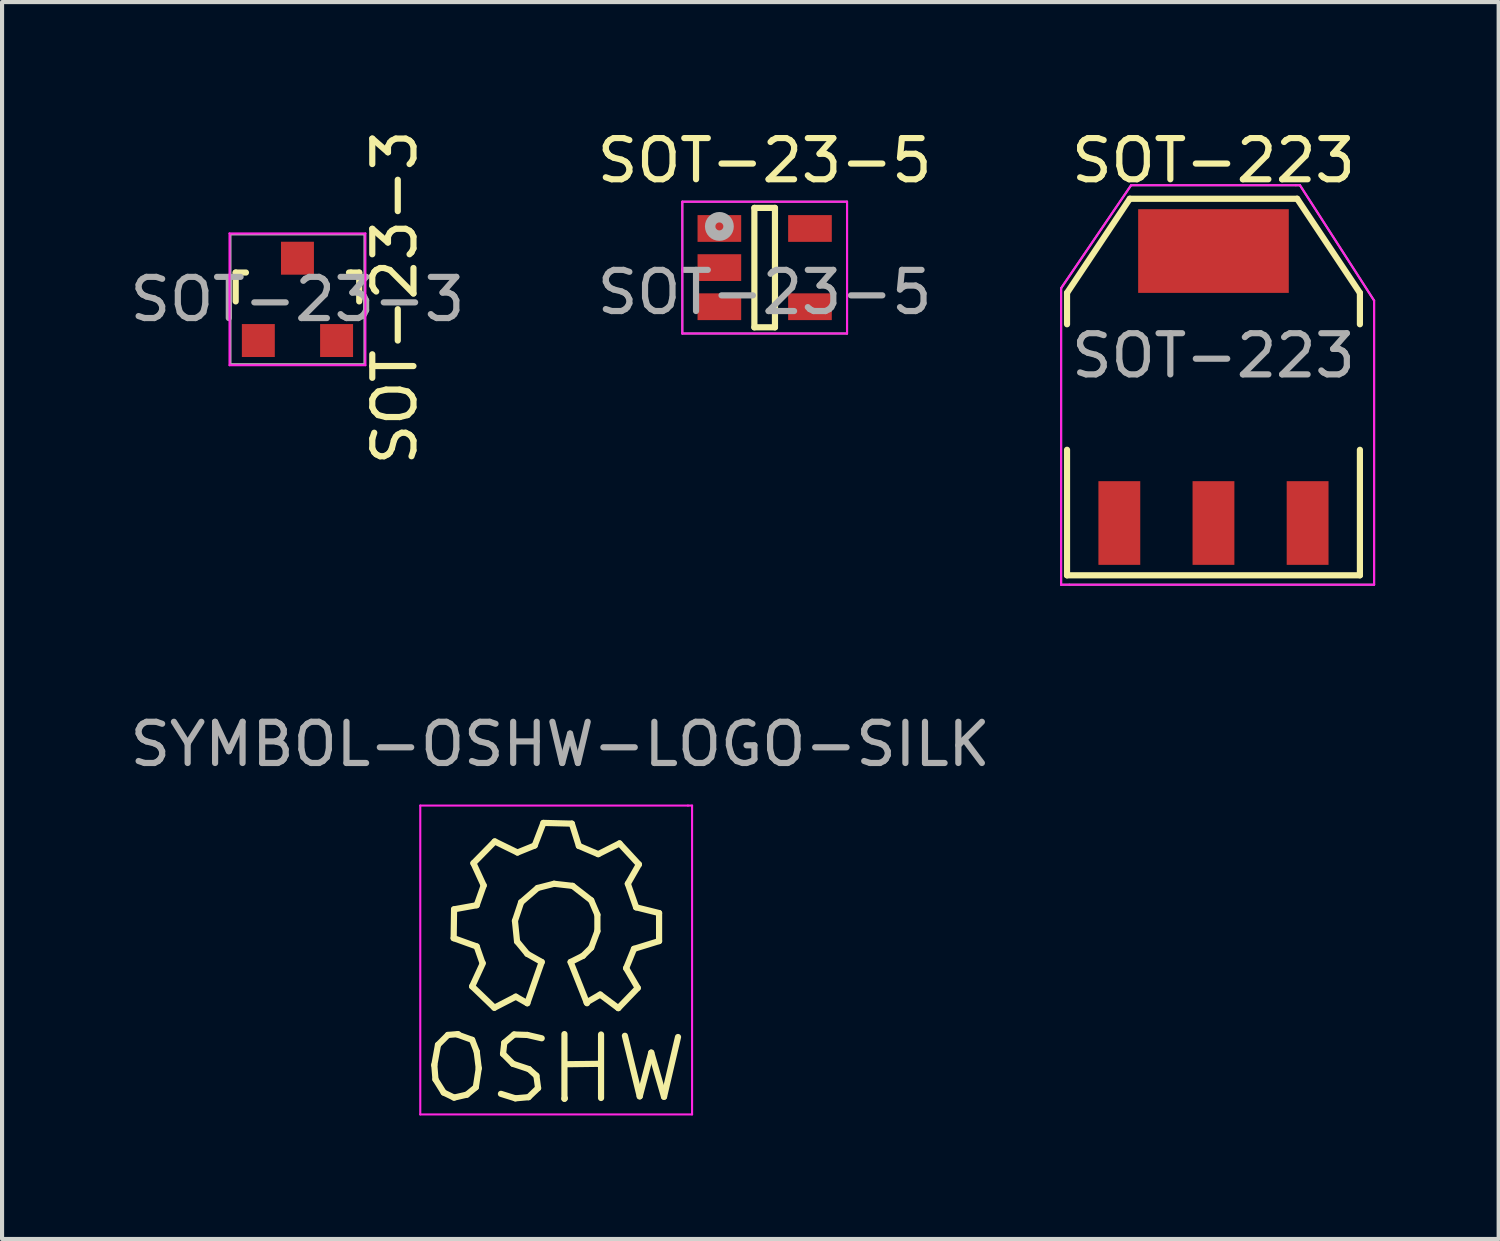
<source format=kicad_pcb>
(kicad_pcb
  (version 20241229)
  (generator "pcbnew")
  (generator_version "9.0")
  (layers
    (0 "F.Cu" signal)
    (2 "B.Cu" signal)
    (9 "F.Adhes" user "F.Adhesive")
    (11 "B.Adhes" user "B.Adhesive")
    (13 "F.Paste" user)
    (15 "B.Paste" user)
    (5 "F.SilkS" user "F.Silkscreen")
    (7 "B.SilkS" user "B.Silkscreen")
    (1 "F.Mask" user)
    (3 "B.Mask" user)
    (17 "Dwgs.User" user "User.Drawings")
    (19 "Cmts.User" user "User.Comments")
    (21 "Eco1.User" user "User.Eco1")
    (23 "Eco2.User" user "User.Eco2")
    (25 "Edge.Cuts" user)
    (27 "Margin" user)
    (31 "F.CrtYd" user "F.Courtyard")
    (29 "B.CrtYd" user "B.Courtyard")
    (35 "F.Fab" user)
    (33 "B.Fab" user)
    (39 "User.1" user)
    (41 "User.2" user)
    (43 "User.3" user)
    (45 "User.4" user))
  (footprint "SOT-23-5"
    (layer "F.Cu")
    (at 15.518 3.448)
    (property "Reference" "SOT-23-5" (at 0 0.6 0) (layer "F.Fab") (effects (font (size 1 1) (thickness 0.15))))
    (attr smd)
    (fp_line (start -0.25 -1.45) (end -0.25 1.45) (stroke (width 0.15) (type solid)) (layer "F.SilkS"))
    (fp_line (start -0.25 1.45) (end 0.25 1.45) (stroke (width 0.15) (type solid)) (layer "F.SilkS"))
    (fp_line (start 0.25 -1.45) (end -0.25 -1.45) (stroke (width 0.15) (type solid)) (layer "F.SilkS"))
    (fp_line (start 0.25 1.45) (end 0.25 -1.45) (stroke (width 0.15) (type solid)) (layer "F.SilkS"))
    (fp_line (start -2 -1.6) (end 2 -1.6) (stroke (width 0.05) (type solid)) (layer "F.CrtYd"))
    (fp_line (start -2 1.6) (end -2 -1.6) (stroke (width 0.05) (type solid)) (layer "F.CrtYd"))
    (fp_line (start 2 -1.6) (end 2 1.6) (stroke (width 0.05) (type solid)) (layer "F.CrtYd"))
    (fp_line (start 2 1.6) (end -2 1.6) (stroke (width 0.05) (type solid)) (layer "F.CrtYd"))
    (fp_line (start -2 -1.6) (end 2 -1.6) (stroke (width 0.051) (type solid)) (layer "F.Fab"))
    (fp_line (start -2 1.6) (end -2 -1.6) (stroke (width 0.051) (type solid)) (layer "F.Fab"))
    (fp_line (start 2 -1.6) (end 2 1.6) (stroke (width 0.051) (type solid)) (layer "F.Fab"))
    (fp_line (start 2 1.6) (end -2 1.6) (stroke (width 0.051) (type solid)) (layer "F.Fab"))
    (fp_circle (center -1.1 -1) (end -1 -0.8) (stroke (width 0.254) (type solid)) (fill no) (layer "F.Fab"))
    (fp_text user "${REFERENCE}" (at 0 -2.6 0) (layer "F.SilkS") (effects (font (size 1 1) (thickness 0.15))))
    (pad "1" smd rect (at -1.1 -0.95) (size 1.06 0.65) (layers "F.Cu" "F.Mask" "F.Paste"))
    (pad "2" smd rect (at -1.1 0) (size 1.06 0.65) (layers "F.Cu" "F.Mask" "F.Paste"))
    (pad "3" smd rect (at -1.1 0.95) (size 1.06 0.65) (layers "F.Cu" "F.Mask" "F.Paste"))
    (pad "4" smd rect (at 1.1 0.95) (size 1.06 0.65) (layers "F.Cu" "F.Mask" "F.Paste"))
    (pad "5" smd rect (at 1.1 -0.95) (size 1.06 0.65) (layers "F.Cu" "F.Mask" "F.Paste")))
  (footprint "SOT-23-3"
    (layer "F.Cu")
    (at 4.173 4.218)
    (property "Reference" "SOT-23-3" (at 0 0 180) (layer "F.Fab") (effects (font (size 1 1) (thickness 0.15))))
    (attr smd)
    (fp_line (start -1.5 -0.65) (end -1.251 -0.65) (stroke (width 0.15) (type solid)) (layer "F.SilkS"))
    (fp_line (start -1.5 0.051) (end -1.5 -0.65) (stroke (width 0.15) (type solid)) (layer "F.SilkS"))
    (fp_line (start 1.299 -0.65) (end 1.251 -0.65) (stroke (width 0.15) (type solid)) (layer "F.SilkS"))
    (fp_line (start 1.299 -0.65) (end 1.5 -0.65) (stroke (width 0.15) (type solid)) (layer "F.SilkS"))
    (fp_line (start 1.5 -0.65) (end 1.5 0.051) (stroke (width 0.15) (type solid)) (layer "F.SilkS"))
    (fp_line (start -1.65 -1.6) (end 1.65 -1.6) (stroke (width 0.05) (type solid)) (layer "F.CrtYd"))
    (fp_line (start -1.65 1.6) (end -1.65 -1.6) (stroke (width 0.05) (type solid)) (layer "F.CrtYd"))
    (fp_line (start 1.65 -1.6) (end 1.65 1.6) (stroke (width 0.05) (type solid)) (layer "F.CrtYd"))
    (fp_line (start 1.65 1.6) (end -1.65 1.6) (stroke (width 0.05) (type solid)) (layer "F.CrtYd"))
    (fp_line (start -1.626 -1.575) (end -1.626 1.575) (stroke (width 0.05) (type solid)) (layer "F.Fab"))
    (fp_line (start -1.626 1.575) (end 1.626 1.575) (stroke (width 0.05) (type solid)) (layer "F.Fab"))
    (fp_line (start 1.626 -1.575) (end -1.626 -1.575) (stroke (width 0.05) (type solid)) (layer "F.Fab"))
    (fp_line (start 1.626 1.575) (end 1.626 -1.575) (stroke (width 0.05) (type solid)) (layer "F.Fab"))
    (fp_text user "${REFERENCE}" (at 2.362 -0.046 90) (layer "F.SilkS") (effects (font (size 1 1) (thickness 0.15))))
    (pad "1" smd rect (at -0.95 1.001) (size 0.8 0.8) (layers "F.Cu" "F.Mask" "F.Paste"))
    (pad "2" smd rect (at 0.95 1.001) (size 0.8 0.8) (layers "F.Cu" "F.Mask" "F.Paste"))
    (pad "3" smd rect (at 0 -0.998) (size 0.8 0.8) (layers "F.Cu" "F.Mask" "F.Paste")))
  (footprint "SOT-223"
    (layer "F.Cu")
    (at 26.416 6.348)
    (property "Reference" "SOT-223" (at 0 -0.762 0) (layer "F.Fab") (effects (font (size 1 1) (thickness 0.15))))
    (attr smd)
    (fp_line (start -3.556 -2.286) (end -2.032 -4.572) (stroke (width 0.15) (type solid)) (layer "F.SilkS"))
    (fp_line (start -3.556 -1.524) (end -3.556 -2.286) (stroke (width 0.15) (type solid)) (layer "F.SilkS"))
    (fp_line (start -3.556 1.524) (end -3.556 4.572) (stroke (width 0.15) (type solid)) (layer "F.SilkS"))
    (fp_line (start -3.556 4.572) (end 3.556 4.572) (stroke (width 0.15) (type solid)) (layer "F.SilkS"))
    (fp_line (start -2.032 -4.572) (end 2.032 -4.572) (stroke (width 0.15) (type solid)) (layer "F.SilkS"))
    (fp_line (start 2.032 -4.572) (end 3.556 -2.286) (stroke (width 0.15) (type solid)) (layer "F.SilkS"))
    (fp_line (start 3.556 -2.286) (end 3.556 -1.524) (stroke (width 0.15) (type solid)) (layer "F.SilkS"))
    (fp_line (start 3.556 4.572) (end 3.556 1.524) (stroke (width 0.15) (type solid)) (layer "F.SilkS"))
    (fp_line (start -3.7 -2.4) (end -3.7 4.8) (stroke (width 0.051) (type solid)) (layer "F.CrtYd"))
    (fp_line (start -3.7 4.8) (end 3.9 4.8) (stroke (width 0.051) (type solid)) (layer "F.CrtYd"))
    (fp_line (start -2 -4.9) (end -3.7 -2.4) (stroke (width 0.051) (type solid)) (layer "F.CrtYd"))
    (fp_line (start 2.1 -4.9) (end -2 -4.9) (stroke (width 0.051) (type solid)) (layer "F.CrtYd"))
    (fp_line (start 3.9 -2.1) (end 2.1 -4.9) (stroke (width 0.051) (type solid)) (layer "F.CrtYd"))
    (fp_line (start 3.9 4.8) (end 3.9 -2.1) (stroke (width 0.051) (type solid)) (layer "F.CrtYd"))
    (fp_line (start -3.7 -2.4) (end -2 -4.9) (stroke (width 0.051) (type solid)) (layer "F.Fab"))
    (fp_line (start -3.7 4.8) (end -3.7 -2.4) (stroke (width 0.051) (type solid)) (layer "F.Fab"))
    (fp_line (start -3.5 4.8) (end -3.7 4.8) (stroke (width 0.051) (type solid)) (layer "F.Fab"))
    (fp_line (start -2 -4.9) (end 2 -4.9) (stroke (width 0.051) (type solid)) (layer "F.Fab"))
    (fp_line (start 2 -4.9) (end 2.1 -4.9) (stroke (width 0.051) (type solid)) (layer "F.Fab"))
    (fp_line (start 2.1 -4.9) (end 3.9 -2.1) (stroke (width 0.051) (type solid)) (layer "F.Fab"))
    (fp_line (start 3.9 -2.1) (end 3.9 4.8) (stroke (width 0.051) (type solid)) (layer "F.Fab"))
    (fp_line (start 3.9 4.8) (end -3.5 4.8) (stroke (width 0.051) (type solid)) (layer "F.Fab"))
    (fp_text user "${REFERENCE}" (at 0 -5.5 0) (layer "F.SilkS") (effects (font (size 1 1) (thickness 0.15))))
    (pad "1" smd rect (at -2.286 3.302) (size 1.016 2.032) (layers "F.Cu" "F.Mask" "F.Paste"))
    (pad "2" smd rect (at 0 3.302) (size 1.016 2.032) (layers "F.Cu" "F.Mask" "F.Paste"))
    (pad "3" smd rect (at 2.286 3.302) (size 1.016 2.032) (layers "F.Cu" "F.Mask" "F.Paste"))
    (pad "4" smd rect (at 0 -3.302) (size 3.658 2.032) (layers "F.Cu" "F.Mask" "F.Paste")))
  (footprint "SYMBOL-OSHW-LOGO-SILK"
    (layer "F.Cu")
    (at 10.455 19.411)
    (property "Reference" "SYMBOL-OSHW-LOGO-SILK" (at 0.099 -4.389 0) (layer "F.Fab") (effects (font (size 1 1) (thickness 0.15))))
    (attr through_hole)
    (fp_line (start -2.959 3.401) (end -2.931 3.749) (stroke (width 0.15) (type solid)) (layer "F.SilkS"))
    (fp_line (start -2.931 3.749) (end -2.731 4.069) (stroke (width 0.15) (type solid)) (layer "F.SilkS"))
    (fp_line (start -2.87 2.911) (end -2.959 3.401) (stroke (width 0.15) (type solid)) (layer "F.SilkS"))
    (fp_line (start -2.731 4.069) (end -2.479 4.191) (stroke (width 0.15) (type solid)) (layer "F.SilkS"))
    (fp_line (start -2.629 2.67) (end -2.87 2.911) (stroke (width 0.15) (type solid)) (layer "F.SilkS"))
    (fp_line (start -2.489 0.32) (end -1.93 0.521) (stroke (width 0.15) (type solid)) (layer "F.SilkS"))
    (fp_line (start -2.479 -0.381) (end -2.489 0.32) (stroke (width 0.15) (type solid)) (layer "F.SilkS"))
    (fp_line (start -2.479 4.191) (end -2.169 4.12) (stroke (width 0.15) (type solid)) (layer "F.SilkS"))
    (fp_line (start -2.38 2.649) (end -2.629 2.67) (stroke (width 0.15) (type solid)) (layer "F.SilkS"))
    (fp_line (start -2.169 4.12) (end -1.951 3.94) (stroke (width 0.15) (type solid)) (layer "F.SilkS"))
    (fp_line (start -2.04 1.491) (end -1.501 2.009) (stroke (width 0.15) (type solid)) (layer "F.SilkS"))
    (fp_line (start -2.04 2.789) (end -2.4 2.659) (stroke (width 0.15) (type solid)) (layer "F.SilkS"))
    (fp_line (start -2.009 -1.501) (end -1.76 -0.96) (stroke (width 0.15) (type solid)) (layer "F.SilkS"))
    (fp_line (start -1.951 3.94) (end -1.88 3.48) (stroke (width 0.15) (type solid)) (layer "F.SilkS"))
    (fp_line (start -1.93 -0.48) (end -2.479 -0.381) (stroke (width 0.15) (type solid)) (layer "F.SilkS"))
    (fp_line (start -1.93 0.521) (end -1.791 0.919) (stroke (width 0.15) (type solid)) (layer "F.SilkS"))
    (fp_line (start -1.93 3.071) (end -2.04 2.789) (stroke (width 0.15) (type solid)) (layer "F.SilkS"))
    (fp_line (start -1.88 3.48) (end -1.93 3.071) (stroke (width 0.15) (type solid)) (layer "F.SilkS"))
    (fp_line (start -1.781 0.93) (end -2.04 1.491) (stroke (width 0.15) (type solid)) (layer "F.SilkS"))
    (fp_line (start -1.76 -0.96) (end -1.93 -0.48) (stroke (width 0.15) (type solid)) (layer "F.SilkS"))
    (fp_line (start -1.501 2.009) (end -0.98 1.74) (stroke (width 0.15) (type solid)) (layer "F.SilkS"))
    (fp_line (start -1.491 -2.029) (end -2.009 -1.501) (stroke (width 0.15) (type solid)) (layer "F.SilkS"))
    (fp_line (start -1.29 3.129) (end -1.049 3.371) (stroke (width 0.15) (type solid)) (layer "F.SilkS"))
    (fp_line (start -1.26 2.86) (end -1.29 3.129) (stroke (width 0.15) (type solid)) (layer "F.SilkS"))
    (fp_line (start -1.049 3.371) (end -0.66 3.5) (stroke (width 0.15) (type solid)) (layer "F.SilkS"))
    (fp_line (start -1.021 2.659) (end -1.26 2.86) (stroke (width 0.15) (type solid)) (layer "F.SilkS"))
    (fp_line (start -1.001 -0.099) (end -0.95 0.399) (stroke (width 0.15) (type solid)) (layer "F.SilkS"))
    (fp_line (start -0.991 4.209) (end -1.341 4.1) (stroke (width 0.15) (type solid)) (layer "F.SilkS"))
    (fp_line (start -0.98 1.74) (end -0.701 1.9) (stroke (width 0.15) (type solid)) (layer "F.SilkS"))
    (fp_line (start -0.95 0.399) (end -0.701 0.701) (stroke (width 0.15) (type solid)) (layer "F.SilkS"))
    (fp_line (start -0.94 -1.76) (end -1.491 -2.029) (stroke (width 0.15) (type solid)) (layer "F.SilkS"))
    (fp_line (start -0.851 -0.551) (end -1.001 -0.099) (stroke (width 0.15) (type solid)) (layer "F.SilkS"))
    (fp_line (start -0.701 0.701) (end -0.351 0.899) (stroke (width 0.15) (type solid)) (layer "F.SilkS"))
    (fp_line (start -0.701 2.67) (end -1.021 2.659) (stroke (width 0.15) (type solid)) (layer "F.SilkS"))
    (fp_line (start -0.671 4.181) (end -0.991 4.209) (stroke (width 0.15) (type solid)) (layer "F.SilkS"))
    (fp_line (start -0.66 3.5) (end -0.48 3.66) (stroke (width 0.15) (type solid)) (layer "F.SilkS"))
    (fp_line (start -0.521 -1.93) (end -0.94 -1.76) (stroke (width 0.15) (type solid)) (layer "F.SilkS"))
    (fp_line (start -0.48 3.66) (end -0.439 3.96) (stroke (width 0.15) (type solid)) (layer "F.SilkS"))
    (fp_line (start -0.45 -0.899) (end -0.851 -0.551) (stroke (width 0.15) (type solid)) (layer "F.SilkS"))
    (fp_line (start -0.439 3.96) (end -0.671 4.181) (stroke (width 0.15) (type solid)) (layer "F.SilkS"))
    (fp_line (start -0.351 0.899) (end -0.701 1.9) (stroke (width 0.15) (type solid)) (layer "F.SilkS"))
    (fp_line (start -0.351 2.751) (end -0.701 2.67) (stroke (width 0.15) (type solid)) (layer "F.SilkS"))
    (fp_line (start -0.31 -2.479) (end -0.521 -1.93) (stroke (width 0.15) (type solid)) (layer "F.SilkS"))
    (fp_line (start -0.051 -1.001) (end -0.45 -0.899) (stroke (width 0.15) (type solid)) (layer "F.SilkS"))
    (fp_line (start 0.201 2.649) (end 0.201 4.219) (stroke (width 0.15) (type solid)) (layer "F.SilkS"))
    (fp_line (start 0.201 4.219) (end 0.211 4.209) (stroke (width 0.15) (type solid)) (layer "F.SilkS"))
    (fp_line (start 0.249 3.381) (end 1.039 3.371) (stroke (width 0.15) (type solid)) (layer "F.SilkS"))
    (fp_line (start 0.351 0.899) (end 0.65 0.749) (stroke (width 0.15) (type solid)) (layer "F.SilkS"))
    (fp_line (start 0.351 0.899) (end 0.749 1.9) (stroke (width 0.15) (type solid)) (layer "F.SilkS"))
    (fp_line (start 0.381 -2.461) (end -0.31 -2.479) (stroke (width 0.15) (type solid)) (layer "F.SilkS"))
    (fp_line (start 0.399 -0.95) (end -0.051 -1.001) (stroke (width 0.15) (type solid)) (layer "F.SilkS"))
    (fp_line (start 0.551 -1.92) (end 0.381 -2.461) (stroke (width 0.15) (type solid)) (layer "F.SilkS"))
    (fp_line (start 0.65 0.749) (end 0.851 0.551) (stroke (width 0.15) (type solid)) (layer "F.SilkS"))
    (fp_line (start 0.739 1.88) (end 1.069 1.689) (stroke (width 0.15) (type solid)) (layer "F.SilkS"))
    (fp_line (start 0.851 -0.599) (end 0.399 -0.95) (stroke (width 0.15) (type solid)) (layer "F.SilkS"))
    (fp_line (start 0.851 0.551) (end 1.001 0.15) (stroke (width 0.15) (type solid)) (layer "F.SilkS"))
    (fp_line (start 1.001 -0.249) (end 0.851 -0.599) (stroke (width 0.15) (type solid)) (layer "F.SilkS"))
    (fp_line (start 1.001 0.15) (end 1.001 -0.249) (stroke (width 0.15) (type solid)) (layer "F.SilkS"))
    (fp_line (start 1.021 -1.72) (end 0.551 -1.92) (stroke (width 0.15) (type solid)) (layer "F.SilkS"))
    (fp_line (start 1.039 3.371) (end 1.049 3.381) (stroke (width 0.15) (type solid)) (layer "F.SilkS"))
    (fp_line (start 1.049 3.381) (end 1.049 3.371) (stroke (width 0.15) (type solid)) (layer "F.SilkS"))
    (fp_line (start 1.069 1.689) (end 1.509 2.019) (stroke (width 0.15) (type solid)) (layer "F.SilkS"))
    (fp_line (start 1.09 2.659) (end 1.09 4.201) (stroke (width 0.15) (type solid)) (layer "F.SilkS"))
    (fp_line (start 1.509 2.019) (end 1.981 1.529) (stroke (width 0.15) (type solid)) (layer "F.SilkS"))
    (fp_line (start 1.539 -1.981) (end 1.021 -1.72) (stroke (width 0.15) (type solid)) (layer "F.SilkS"))
    (fp_line (start 1.669 2.69) (end 2.029 4.161) (stroke (width 0.15) (type solid)) (layer "F.SilkS"))
    (fp_line (start 1.699 1.049) (end 1.89 0.579) (stroke (width 0.15) (type solid)) (layer "F.SilkS"))
    (fp_line (start 1.74 -1.001) (end 2.009 -1.471) (stroke (width 0.15) (type solid)) (layer "F.SilkS"))
    (fp_line (start 1.89 0.579) (end 2.499 0.391) (stroke (width 0.15) (type solid)) (layer "F.SilkS"))
    (fp_line (start 1.941 -0.429) (end 1.74 -1.001) (stroke (width 0.15) (type solid)) (layer "F.SilkS"))
    (fp_line (start 1.981 1.529) (end 1.699 1.049) (stroke (width 0.15) (type solid)) (layer "F.SilkS"))
    (fp_line (start 2.009 -1.471) (end 1.539 -1.981) (stroke (width 0.15) (type solid)) (layer "F.SilkS"))
    (fp_line (start 2.029 4.161) (end 2.309 3.099) (stroke (width 0.15) (type solid)) (layer "F.SilkS"))
    (fp_line (start 2.309 3.099) (end 2.619 4.171) (stroke (width 0.15) (type solid)) (layer "F.SilkS"))
    (fp_line (start 2.499 -0.29) (end 1.941 -0.429) (stroke (width 0.15) (type solid)) (layer "F.SilkS"))
    (fp_line (start 2.499 0.391) (end 2.499 -0.29) (stroke (width 0.15) (type solid)) (layer "F.SilkS"))
    (fp_line (start 2.619 4.171) (end 2.959 2.72) (stroke (width 0.15) (type solid)) (layer "F.SilkS"))
    (fp_line (start -3.3 -2.9) (end -3.3 4.6) (stroke (width 0.051) (type solid)) (layer "F.CrtYd"))
    (fp_line (start -3.3 4.6) (end 3.3 4.6) (stroke (width 0.051) (type solid)) (layer "F.CrtYd"))
    (fp_line (start 3.2 -2.9) (end -3.3 -2.9) (stroke (width 0.051) (type solid)) (layer "F.CrtYd"))
    (fp_line (start 3.3 -2.9) (end 3.2 -2.9) (stroke (width 0.051) (type solid)) (layer "F.CrtYd"))
    (fp_line (start 3.3 4.6) (end 3.3 -2.9) (stroke (width 0.051) (type solid)) (layer "F.CrtYd")))
  (gr_rect
    (start -3 -3)
    (end 33.341 27.036)
    (stroke (width 0.1) (type default))
    (fill no)
    (layer "Edge.Cuts")))
</source>
